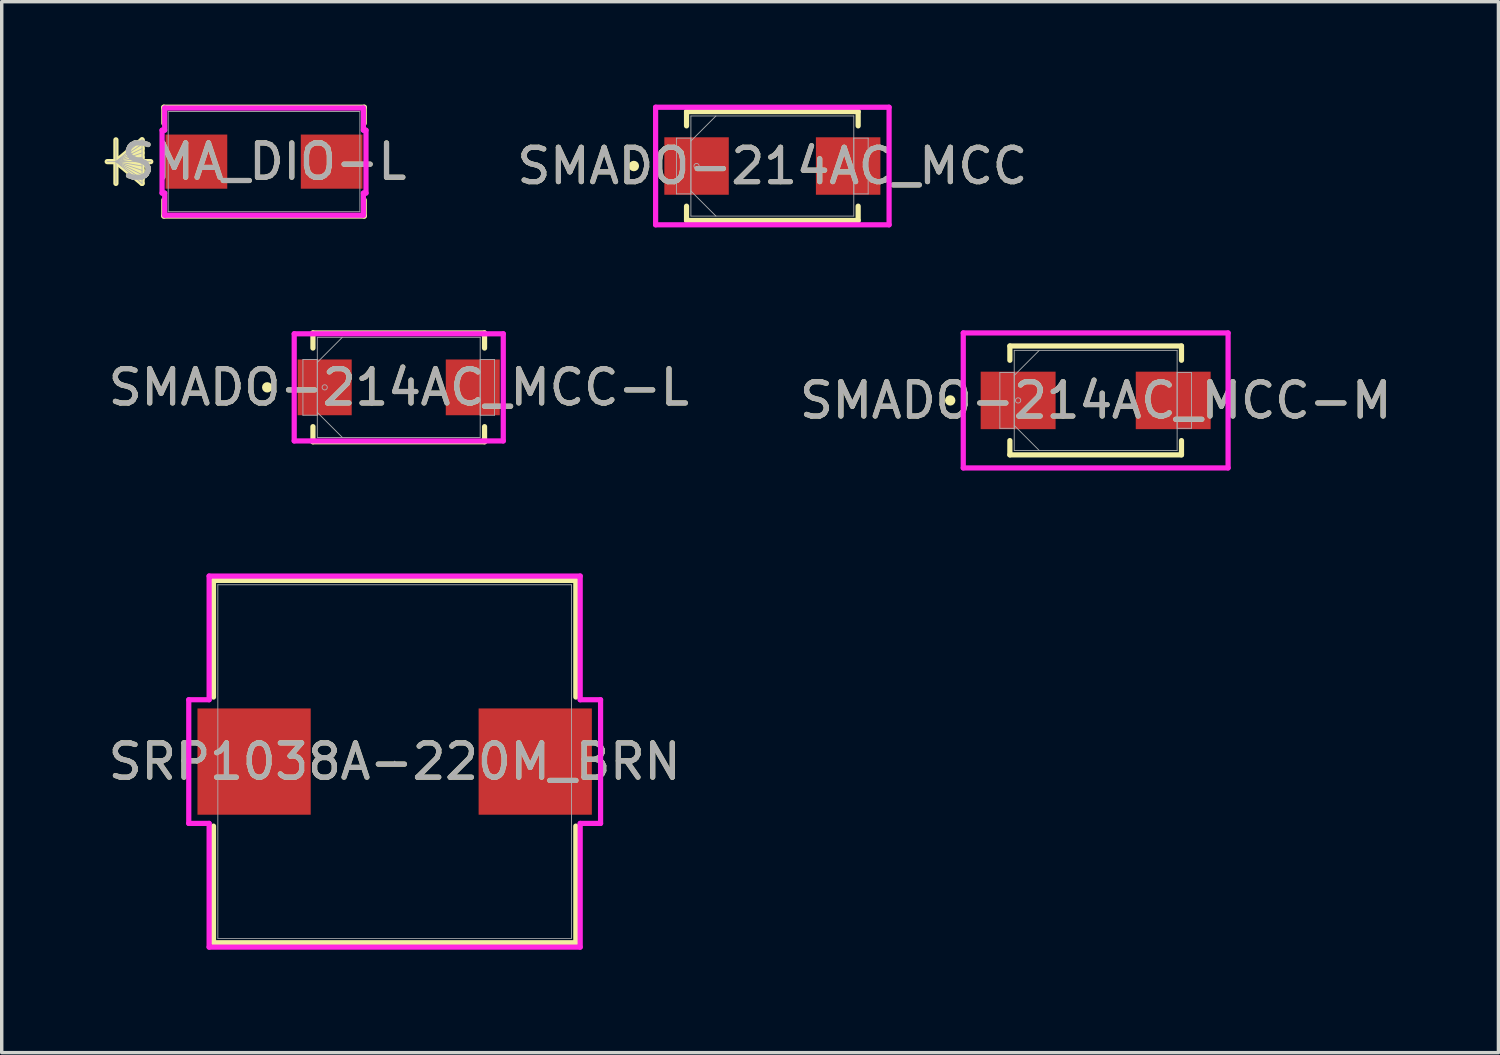
<source format=kicad_pcb>
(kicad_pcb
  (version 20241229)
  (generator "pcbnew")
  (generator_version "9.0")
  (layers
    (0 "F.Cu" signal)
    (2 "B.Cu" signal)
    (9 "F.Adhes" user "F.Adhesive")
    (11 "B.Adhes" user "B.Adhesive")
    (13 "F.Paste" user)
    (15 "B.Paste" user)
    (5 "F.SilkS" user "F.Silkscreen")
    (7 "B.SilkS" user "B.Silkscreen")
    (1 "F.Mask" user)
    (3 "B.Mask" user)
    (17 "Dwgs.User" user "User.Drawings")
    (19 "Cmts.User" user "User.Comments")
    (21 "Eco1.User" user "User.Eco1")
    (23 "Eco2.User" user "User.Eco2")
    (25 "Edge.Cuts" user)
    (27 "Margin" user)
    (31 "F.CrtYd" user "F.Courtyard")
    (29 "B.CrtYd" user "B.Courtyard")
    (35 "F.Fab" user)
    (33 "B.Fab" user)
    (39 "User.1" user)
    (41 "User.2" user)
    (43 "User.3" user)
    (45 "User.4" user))
  (footprint "SRP1038A-220M_BRN"
    (layer "F.Cu")
    (at 8.458 19.157)
    (property "Reference" "SRP1038A-220M_BRN" (at 0 0 0) (unlocked yes) (layer "F.SilkS") (effects (font (size 1 1) (thickness 0.15))))
    (attr smd)
    (fp_line (start -5.283 -5.283) (end -5.283 -1.882) (stroke (width 0.152) (type solid)) (layer "F.SilkS"))
    (fp_line (start -5.283 1.882) (end -5.283 5.283) (stroke (width 0.152) (type solid)) (layer "F.SilkS"))
    (fp_line (start -5.283 5.283) (end 5.283 5.283) (stroke (width 0.152) (type solid)) (layer "F.SilkS"))
    (fp_line (start 5.283 -5.283) (end -5.283 -5.283) (stroke (width 0.152) (type solid)) (layer "F.SilkS"))
    (fp_line (start 5.283 -1.882) (end 5.283 -5.283) (stroke (width 0.152) (type solid)) (layer "F.SilkS"))
    (fp_line (start 5.283 5.283) (end 5.283 1.882) (stroke (width 0.152) (type solid)) (layer "F.SilkS"))
    (fp_line (start -6.004 -1.803) (end -5.41 -1.803) (stroke (width 0.152) (type solid)) (layer "F.CrtYd"))
    (fp_line (start -6.004 1.803) (end -6.004 -1.803) (stroke (width 0.152) (type solid)) (layer "F.CrtYd"))
    (fp_line (start -6.004 1.803) (end -5.41 1.803) (stroke (width 0.152) (type solid)) (layer "F.CrtYd"))
    (fp_line (start -5.41 -5.41) (end 5.41 -5.41) (stroke (width 0.152) (type solid)) (layer "F.CrtYd"))
    (fp_line (start -5.41 -1.803) (end -5.41 -5.41) (stroke (width 0.152) (type solid)) (layer "F.CrtYd"))
    (fp_line (start -5.41 5.41) (end -5.41 1.803) (stroke (width 0.152) (type solid)) (layer "F.CrtYd"))
    (fp_line (start 5.41 -5.41) (end 5.41 -1.803) (stroke (width 0.152) (type solid)) (layer "F.CrtYd"))
    (fp_line (start 5.41 1.803) (end 5.41 5.41) (stroke (width 0.152) (type solid)) (layer "F.CrtYd"))
    (fp_line (start 5.41 5.41) (end -5.41 5.41) (stroke (width 0.152) (type solid)) (layer "F.CrtYd"))
    (fp_line (start 6.004 -1.803) (end 5.41 -1.803) (stroke (width 0.152) (type solid)) (layer "F.CrtYd"))
    (fp_line (start 6.004 -1.803) (end 6.004 1.803) (stroke (width 0.152) (type solid)) (layer "F.CrtYd"))
    (fp_line (start 6.004 1.803) (end 5.41 1.803) (stroke (width 0.152) (type solid)) (layer "F.CrtYd"))
    (fp_line (start -5.156 -5.156) (end -5.156 5.156) (stroke (width 0.025) (type solid)) (layer "F.Fab"))
    (fp_line (start -5.156 5.156) (end 5.156 5.156) (stroke (width 0.025) (type solid)) (layer "F.Fab"))
    (fp_line (start 5.156 -5.156) (end -5.156 -5.156) (stroke (width 0.025) (type solid)) (layer "F.Fab"))
    (fp_line (start 5.156 5.156) (end 5.156 -5.156) (stroke (width 0.025) (type solid)) (layer "F.Fab"))
    (fp_circle (center 0 0) (end 0 0) (stroke (width 0.025) (type solid)) (fill no) (layer "F.Fab"))
    (fp_text user "${REFERENCE}" (at 0 0 0) (unlocked yes) (layer "F.Fab") (effects (font (size 1 1) (thickness 0.15))))
    (pad "1" smd rect (at -4.099 0) (size 3.302 3.099) (layers "F.Cu" "F.Mask" "F.Paste"))
    (pad "2" smd rect (at 4.099 0) (size 3.302 3.099) (layers "F.Cu" "F.Mask" "F.Paste")))
  (footprint "SMADO-214AC_MCC-L"
    (layer "F.Cu")
    (at 8.577 8.245)
    (property "Reference" "SMADO-214AC_MCC-L" (at 0 0 0) (unlocked yes) (layer "F.SilkS") (effects (font (size 1 1) (thickness 0.15))))
    (attr smd)
    (fp_line (start -2.502 -1.587) (end -2.502 -1.146) (stroke (width 0.152) (type solid)) (layer "F.SilkS"))
    (fp_line (start -2.502 1.146) (end -2.502 1.587) (stroke (width 0.152) (type solid)) (layer "F.SilkS"))
    (fp_line (start -2.502 1.587) (end 2.502 1.587) (stroke (width 0.152) (type solid)) (layer "F.SilkS"))
    (fp_line (start 2.502 -1.587) (end -2.502 -1.587) (stroke (width 0.152) (type solid)) (layer "F.SilkS"))
    (fp_line (start 2.502 -1.146) (end 2.502 -1.587) (stroke (width 0.152) (type solid)) (layer "F.SilkS"))
    (fp_line (start 2.502 1.587) (end 2.502 1.146) (stroke (width 0.152) (type solid)) (layer "F.SilkS"))
    (fp_circle (center -3.835 0) (end -3.759 0) (stroke (width 0.152) (type solid)) (fill no) (layer "F.SilkS"))
    (fp_line (start -3.048 -1.562) (end 3.048 -1.562) (stroke (width 0.152) (type solid)) (layer "F.CrtYd"))
    (fp_line (start -3.048 1.562) (end -3.048 -1.562) (stroke (width 0.152) (type solid)) (layer "F.CrtYd"))
    (fp_line (start 3.048 -1.562) (end 3.048 1.562) (stroke (width 0.152) (type solid)) (layer "F.CrtYd"))
    (fp_line (start 3.048 1.562) (end -3.048 1.562) (stroke (width 0.152) (type solid)) (layer "F.CrtYd"))
    (fp_line (start -2.794 -0.813) (end -2.794 0.813) (stroke (width 0.025) (type solid)) (layer "F.Fab"))
    (fp_line (start -2.794 0.813) (end -2.375 0.813) (stroke (width 0.025) (type solid)) (layer "F.Fab"))
    (fp_line (start -2.375 -1.46) (end -2.375 1.46) (stroke (width 0.025) (type solid)) (layer "F.Fab"))
    (fp_line (start -2.375 -0.813) (end -2.794 -0.813) (stroke (width 0.025) (type solid)) (layer "F.Fab"))
    (fp_line (start -2.375 -0.73) (end -1.645 -1.46) (stroke (width 0.025) (type solid)) (layer "F.Fab"))
    (fp_line (start -2.375 0.73) (end -1.645 1.46) (stroke (width 0.025) (type solid)) (layer "F.Fab"))
    (fp_line (start -2.375 0.813) (end -2.375 -0.813) (stroke (width 0.025) (type solid)) (layer "F.Fab"))
    (fp_line (start -2.375 1.46) (end 2.375 1.46) (stroke (width 0.025) (type solid)) (layer "F.Fab"))
    (fp_line (start 2.375 -1.46) (end -2.375 -1.46) (stroke (width 0.025) (type solid)) (layer "F.Fab"))
    (fp_line (start 2.375 -0.813) (end 2.375 0.813) (stroke (width 0.025) (type solid)) (layer "F.Fab"))
    (fp_line (start 2.375 0.813) (end 2.794 0.813) (stroke (width 0.025) (type solid)) (layer "F.Fab"))
    (fp_line (start 2.375 1.46) (end 2.375 -1.46) (stroke (width 0.025) (type solid)) (layer "F.Fab"))
    (fp_line (start 2.794 -0.813) (end 2.375 -0.813) (stroke (width 0.025) (type solid)) (layer "F.Fab"))
    (fp_line (start 2.794 0.813) (end 2.794 -0.813) (stroke (width 0.025) (type solid)) (layer "F.Fab"))
    (fp_circle (center -2.159 0) (end -2.083 0) (stroke (width 0.025) (type solid)) (fill no) (layer "F.Fab"))
    (fp_text user "${REFERENCE}" (at 0 0 0) (unlocked yes) (layer "F.Fab") (effects (font (size 1 1) (thickness 0.15))))
    (pad "1" smd rect (at -2.159 0) (size 1.575 1.626) (layers "F.Cu" "F.Mask" "F.Paste"))
    (pad "2" smd rect (at 2.159 0) (size 1.575 1.626) (layers "F.Cu" "F.Mask" "F.Paste"))
    (zone (net_name "") (layer "F.Cu") (hatch full 0.508) (connect_pads) (min_thickness 0.254) (filled_areas_thickness no) (keepout (tracks not_allowed) (vias not_allowed) (pads allowed) (copperpour not_allowed) (footprints allowed)) (placement (enabled no)) (fill) (polygon (pts (xy 7.257 6.835) (xy 9.898 6.835) (xy 9.898 9.655) (xy 7.257 9.655)))))
  (footprint "SMADO-214AC_MCC"
    (layer "F.Cu")
    (at 19.471 1.791)
    (property "Reference" "SMADO-214AC_MCC" (at 0 0 0) (unlocked yes) (layer "F.SilkS") (effects (font (size 1 1) (thickness 0.15))))
    (attr smd)
    (fp_line (start -2.502 -1.587) (end -2.502 -1.171) (stroke (width 0.152) (type solid)) (layer "F.SilkS"))
    (fp_line (start -2.502 1.171) (end -2.502 1.587) (stroke (width 0.152) (type solid)) (layer "F.SilkS"))
    (fp_line (start -2.502 1.587) (end 2.502 1.587) (stroke (width 0.152) (type solid)) (layer "F.SilkS"))
    (fp_line (start 2.502 -1.587) (end -2.502 -1.587) (stroke (width 0.152) (type solid)) (layer "F.SilkS"))
    (fp_line (start 2.502 -1.171) (end 2.502 -1.587) (stroke (width 0.152) (type solid)) (layer "F.SilkS"))
    (fp_line (start 2.502 1.587) (end 2.502 1.171) (stroke (width 0.152) (type solid)) (layer "F.SilkS"))
    (fp_circle (center -4.039 0) (end -3.962 0) (stroke (width 0.152) (type solid)) (fill no) (layer "F.SilkS"))
    (fp_line (start -3.404 -1.714) (end 3.404 -1.714) (stroke (width 0.152) (type solid)) (layer "F.CrtYd"))
    (fp_line (start -3.404 1.714) (end -3.404 -1.714) (stroke (width 0.152) (type solid)) (layer "F.CrtYd"))
    (fp_line (start 3.404 -1.714) (end 3.404 1.714) (stroke (width 0.152) (type solid)) (layer "F.CrtYd"))
    (fp_line (start 3.404 1.714) (end -3.404 1.714) (stroke (width 0.152) (type solid)) (layer "F.CrtYd"))
    (fp_line (start -2.794 -0.813) (end -2.794 0.813) (stroke (width 0.025) (type solid)) (layer "F.Fab"))
    (fp_line (start -2.794 0.813) (end -2.375 0.813) (stroke (width 0.025) (type solid)) (layer "F.Fab"))
    (fp_line (start -2.375 -1.46) (end -2.375 1.46) (stroke (width 0.025) (type solid)) (layer "F.Fab"))
    (fp_line (start -2.375 -0.813) (end -2.794 -0.813) (stroke (width 0.025) (type solid)) (layer "F.Fab"))
    (fp_line (start -2.375 -0.73) (end -1.645 -1.46) (stroke (width 0.025) (type solid)) (layer "F.Fab"))
    (fp_line (start -2.375 0.73) (end -1.645 1.46) (stroke (width 0.025) (type solid)) (layer "F.Fab"))
    (fp_line (start -2.375 0.813) (end -2.375 -0.813) (stroke (width 0.025) (type solid)) (layer "F.Fab"))
    (fp_line (start -2.375 1.46) (end 2.375 1.46) (stroke (width 0.025) (type solid)) (layer "F.Fab"))
    (fp_line (start 2.375 -1.46) (end -2.375 -1.46) (stroke (width 0.025) (type solid)) (layer "F.Fab"))
    (fp_line (start 2.375 -0.813) (end 2.375 0.813) (stroke (width 0.025) (type solid)) (layer "F.Fab"))
    (fp_line (start 2.375 0.813) (end 2.794 0.813) (stroke (width 0.025) (type solid)) (layer "F.Fab"))
    (fp_line (start 2.375 1.46) (end 2.375 -1.46) (stroke (width 0.025) (type solid)) (layer "F.Fab"))
    (fp_line (start 2.794 -0.813) (end 2.375 -0.813) (stroke (width 0.025) (type solid)) (layer "F.Fab"))
    (fp_line (start 2.794 0.813) (end 2.794 -0.813) (stroke (width 0.025) (type solid)) (layer "F.Fab"))
    (fp_circle (center -2.21 0) (end -2.134 0) (stroke (width 0.025) (type solid)) (fill no) (layer "F.Fab"))
    (fp_text user "${REFERENCE}" (at 0 0 0) (unlocked yes) (layer "F.Fab") (effects (font (size 1 1) (thickness 0.15))))
    (pad "1" smd rect (at -2.21 0) (size 1.88 1.676) (layers "F.Cu" "F.Mask" "F.Paste"))
    (pad "2" smd rect (at 2.21 0) (size 1.88 1.676) (layers "F.Cu" "F.Mask" "F.Paste"))
    (zone (net_name "") (layer "F.Cu") (hatch full 0.508) (connect_pads) (min_thickness 0.254) (filled_areas_thickness no) (keepout (tracks not_allowed) (vias not_allowed) (pads allowed) (copperpour not_allowed) (footprints allowed)) (placement (enabled no)) (fill) (polygon (pts (xy 18.251 0.381) (xy 20.69 0.381) (xy 20.69 3.2) (xy 18.251 3.2)))))
  (footprint "SMADO-214AC_MCC-M"
    (layer "F.Cu")
    (at 28.899 8.626)
    (property "Reference" "SMADO-214AC_MCC-M" (at 0 0 0) (unlocked yes) (layer "F.SilkS") (effects (font (size 1 1) (thickness 0.15))))
    (attr smd)
    (fp_line (start -2.502 -1.587) (end -2.502 -1.171) (stroke (width 0.152) (type solid)) (layer "F.SilkS"))
    (fp_line (start -2.502 1.171) (end -2.502 1.587) (stroke (width 0.152) (type solid)) (layer "F.SilkS"))
    (fp_line (start -2.502 1.587) (end 2.502 1.587) (stroke (width 0.152) (type solid)) (layer "F.SilkS"))
    (fp_line (start 2.502 -1.587) (end -2.502 -1.587) (stroke (width 0.152) (type solid)) (layer "F.SilkS"))
    (fp_line (start 2.502 -1.171) (end 2.502 -1.587) (stroke (width 0.152) (type solid)) (layer "F.SilkS"))
    (fp_line (start 2.502 1.587) (end 2.502 1.171) (stroke (width 0.152) (type solid)) (layer "F.SilkS"))
    (fp_circle (center -4.242 0) (end -4.166 0) (stroke (width 0.152) (type solid)) (fill no) (layer "F.SilkS"))
    (fp_line (start -3.861 -1.968) (end 3.861 -1.968) (stroke (width 0.152) (type solid)) (layer "F.CrtYd"))
    (fp_line (start -3.861 1.968) (end -3.861 -1.968) (stroke (width 0.152) (type solid)) (layer "F.CrtYd"))
    (fp_line (start 3.861 -1.968) (end 3.861 1.968) (stroke (width 0.152) (type solid)) (layer "F.CrtYd"))
    (fp_line (start 3.861 1.968) (end -3.861 1.968) (stroke (width 0.152) (type solid)) (layer "F.CrtYd"))
    (fp_line (start -2.794 -0.813) (end -2.794 0.813) (stroke (width 0.025) (type solid)) (layer "F.Fab"))
    (fp_line (start -2.794 0.813) (end -2.375 0.813) (stroke (width 0.025) (type solid)) (layer "F.Fab"))
    (fp_line (start -2.375 -1.46) (end -2.375 1.46) (stroke (width 0.025) (type solid)) (layer "F.Fab"))
    (fp_line (start -2.375 -0.813) (end -2.794 -0.813) (stroke (width 0.025) (type solid)) (layer "F.Fab"))
    (fp_line (start -2.375 -0.73) (end -1.645 -1.46) (stroke (width 0.025) (type solid)) (layer "F.Fab"))
    (fp_line (start -2.375 0.73) (end -1.645 1.46) (stroke (width 0.025) (type solid)) (layer "F.Fab"))
    (fp_line (start -2.375 0.813) (end -2.375 -0.813) (stroke (width 0.025) (type solid)) (layer "F.Fab"))
    (fp_line (start -2.375 1.46) (end 2.375 1.46) (stroke (width 0.025) (type solid)) (layer "F.Fab"))
    (fp_line (start 2.375 -1.46) (end -2.375 -1.46) (stroke (width 0.025) (type solid)) (layer "F.Fab"))
    (fp_line (start 2.375 -0.813) (end 2.375 0.813) (stroke (width 0.025) (type solid)) (layer "F.Fab"))
    (fp_line (start 2.375 0.813) (end 2.794 0.813) (stroke (width 0.025) (type solid)) (layer "F.Fab"))
    (fp_line (start 2.375 1.46) (end 2.375 -1.46) (stroke (width 0.025) (type solid)) (layer "F.Fab"))
    (fp_line (start 2.794 -0.813) (end 2.375 -0.813) (stroke (width 0.025) (type solid)) (layer "F.Fab"))
    (fp_line (start 2.794 0.813) (end 2.794 -0.813) (stroke (width 0.025) (type solid)) (layer "F.Fab"))
    (fp_circle (center -2.261 0) (end -2.184 0) (stroke (width 0.025) (type solid)) (fill no) (layer "F.Fab"))
    (fp_text user "${REFERENCE}" (at 0 0 0) (unlocked yes) (layer "F.Fab") (effects (font (size 1 1) (thickness 0.15))))
    (pad "1" smd rect (at -2.261 0) (size 2.184 1.676) (layers "F.Cu" "F.Mask" "F.Paste"))
    (pad "2" smd rect (at 2.261 0) (size 2.184 1.676) (layers "F.Cu" "F.Mask" "F.Paste"))
    (zone (net_name "") (layer "F.Cu") (hatch full 0.508) (connect_pads) (min_thickness 0.254) (filled_areas_thickness no) (keepout (tracks not_allowed) (vias not_allowed) (pads allowed) (copperpour not_allowed) (footprints allowed)) (placement (enabled no)) (fill) (polygon (pts (xy 27.781 7.216) (xy 30.016 7.216) (xy 30.016 10.036) (xy 27.781 10.036)))))
  (footprint "SMA_DIO-L"
    (layer "F.Cu")
    (at 4.649 1.663)
    (property "Reference" "SMA_DIO-L" (at 0 0 0) (unlocked yes) (layer "F.SilkS") (effects (font (size 1 1) (thickness 0.15))))
    (attr smd)
    (fp_line (start -4.319 -0.635) (end -4.319 0.635) (stroke (width 0.152) (type solid)) (layer "F.SilkS"))
    (fp_line (start -4.319 0) (end -3.557 -0.635) (stroke (width 0.152) (type solid)) (layer "F.SilkS"))
    (fp_line (start -4.319 0) (end -3.557 -0.508) (stroke (width 0.152) (type solid)) (layer "F.SilkS"))
    (fp_line (start -4.319 0) (end -3.557 -0.381) (stroke (width 0.152) (type solid)) (layer "F.SilkS"))
    (fp_line (start -4.319 0) (end -3.557 -0.254) (stroke (width 0.152) (type solid)) (layer "F.SilkS"))
    (fp_line (start -4.319 0) (end -3.557 -0.127) (stroke (width 0.152) (type solid)) (layer "F.SilkS"))
    (fp_line (start -4.319 0) (end -3.557 0.127) (stroke (width 0.152) (type solid)) (layer "F.SilkS"))
    (fp_line (start -4.319 0) (end -3.557 0.254) (stroke (width 0.152) (type solid)) (layer "F.SilkS"))
    (fp_line (start -4.319 0) (end -3.557 0.381) (stroke (width 0.152) (type solid)) (layer "F.SilkS"))
    (fp_line (start -4.319 0) (end -3.557 0.508) (stroke (width 0.152) (type solid)) (layer "F.SilkS"))
    (fp_line (start -4.319 0) (end -3.557 0.635) (stroke (width 0.152) (type solid)) (layer "F.SilkS"))
    (fp_line (start -3.557 -0.635) (end -3.557 0.635) (stroke (width 0.152) (type solid)) (layer "F.SilkS"))
    (fp_line (start -3.303 0) (end -4.573 0) (stroke (width 0.152) (type solid)) (layer "F.SilkS"))
    (fp_line (start -2.922 -1.587) (end -2.922 -1.118) (stroke (width 0.152) (type solid)) (layer "F.SilkS"))
    (fp_line (start -2.922 1.118) (end -2.922 1.587) (stroke (width 0.152) (type solid)) (layer "F.SilkS"))
    (fp_line (start -2.922 1.587) (end 2.922 1.587) (stroke (width 0.152) (type solid)) (layer "F.SilkS"))
    (fp_line (start 2.922 -1.587) (end -2.922 -1.587) (stroke (width 0.152) (type solid)) (layer "F.SilkS"))
    (fp_line (start 2.922 -1.118) (end 2.922 -1.587) (stroke (width 0.152) (type solid)) (layer "F.SilkS"))
    (fp_line (start 2.922 1.587) (end 2.922 1.118) (stroke (width 0.152) (type solid)) (layer "F.SilkS"))
    (fp_line (start -2.973 -0.917) (end -2.897 -0.917) (stroke (width 0.152) (type solid)) (layer "F.CrtYd"))
    (fp_line (start -2.973 0.917) (end -2.973 -0.917) (stroke (width 0.152) (type solid)) (layer "F.CrtYd"))
    (fp_line (start -2.897 -1.562) (end 2.897 -1.562) (stroke (width 0.152) (type solid)) (layer "F.CrtYd"))
    (fp_line (start -2.897 -0.917) (end -2.897 -1.562) (stroke (width 0.152) (type solid)) (layer "F.CrtYd"))
    (fp_line (start -2.897 0.917) (end -2.973 0.917) (stroke (width 0.152) (type solid)) (layer "F.CrtYd"))
    (fp_line (start -2.897 1.562) (end -2.897 0.917) (stroke (width 0.152) (type solid)) (layer "F.CrtYd"))
    (fp_line (start 2.897 -1.562) (end 2.897 -0.917) (stroke (width 0.152) (type solid)) (layer "F.CrtYd"))
    (fp_line (start 2.897 -0.917) (end 2.973 -0.917) (stroke (width 0.152) (type solid)) (layer "F.CrtYd"))
    (fp_line (start 2.897 0.917) (end 2.897 1.562) (stroke (width 0.152) (type solid)) (layer "F.CrtYd"))
    (fp_line (start 2.897 1.562) (end -2.897 1.562) (stroke (width 0.152) (type solid)) (layer "F.CrtYd"))
    (fp_line (start 2.973 -0.917) (end 2.973 0.917) (stroke (width 0.152) (type solid)) (layer "F.CrtYd"))
    (fp_line (start 2.973 0.917) (end 2.897 0.917) (stroke (width 0.152) (type solid)) (layer "F.CrtYd"))
    (fp_line (start -4.319 -0.635) (end -4.319 0.635) (stroke (width 0.025) (type solid)) (layer "F.Fab"))
    (fp_line (start -4.319 0) (end -3.557 -0.635) (stroke (width 0.025) (type solid)) (layer "F.Fab"))
    (fp_line (start -4.319 0) (end -3.557 -0.508) (stroke (width 0.025) (type solid)) (layer "F.Fab"))
    (fp_line (start -4.319 0) (end -3.557 -0.381) (stroke (width 0.025) (type solid)) (layer "F.Fab"))
    (fp_line (start -4.319 0) (end -3.557 -0.254) (stroke (width 0.025) (type solid)) (layer "F.Fab"))
    (fp_line (start -4.319 0) (end -3.557 -0.127) (stroke (width 0.025) (type solid)) (layer "F.Fab"))
    (fp_line (start -4.319 0) (end -3.557 0.127) (stroke (width 0.025) (type solid)) (layer "F.Fab"))
    (fp_line (start -4.319 0) (end -3.557 0.254) (stroke (width 0.025) (type solid)) (layer "F.Fab"))
    (fp_line (start -4.319 0) (end -3.557 0.381) (stroke (width 0.025) (type solid)) (layer "F.Fab"))
    (fp_line (start -4.319 0) (end -3.557 0.508) (stroke (width 0.025) (type solid)) (layer "F.Fab"))
    (fp_line (start -4.319 0) (end -3.557 0.635) (stroke (width 0.025) (type solid)) (layer "F.Fab"))
    (fp_line (start -3.557 -0.635) (end -3.557 0.635) (stroke (width 0.025) (type solid)) (layer "F.Fab"))
    (fp_line (start -3.303 0) (end -4.573 0) (stroke (width 0.025) (type solid)) (layer "F.Fab"))
    (fp_line (start -2.795 -1.46) (end -2.795 1.46) (stroke (width 0.025) (type solid)) (layer "F.Fab"))
    (fp_line (start -2.795 1.46) (end 2.795 1.46) (stroke (width 0.025) (type solid)) (layer "F.Fab"))
    (fp_line (start 2.795 -1.46) (end -2.795 -1.46) (stroke (width 0.025) (type solid)) (layer "F.Fab"))
    (fp_line (start 2.795 1.46) (end 2.795 -1.46) (stroke (width 0.025) (type solid)) (layer "F.Fab"))
    (fp_text user "${REFERENCE}" (at 0 0 0) (unlocked yes) (layer "F.Fab") (effects (font (size 1 1) (thickness 0.15))))
    (pad "1" smd rect (at -1.972 0 90) (size 1.579 1.799) (layers "F.Cu" "F.Mask" "F.Paste"))
    (pad "2" smd rect (at 1.972 0 90) (size 1.579 1.799) (layers "F.Cu" "F.Mask" "F.Paste"))
    (zone (net_name "") (layer "F.Cu") (hatch full 0.508) (connect_pads) (min_thickness 0.254) (filled_areas_thickness no) (keepout (tracks not_allowed) (vias not_allowed) (pads allowed) (copperpour not_allowed) (footprints allowed)) (placement (enabled no)) (fill) (polygon (pts (xy 1.905 0.254) (xy 7.393 0.254) (xy 7.393 0.797) (xy 1.905 0.797))))
    (zone (net_name "") (layer "F.Cu") (hatch full 0.508) (connect_pads) (min_thickness 0.254) (filled_areas_thickness no) (keepout (tracks not_allowed) (vias not_allowed) (pads allowed) (copperpour not_allowed) (footprints allowed)) (placement (enabled no)) (fill) (polygon (pts (xy 1.905 2.529) (xy 7.393 2.529) (xy 7.393 3.072) (xy 1.905 3.072))))
    (zone (net_name "") (layer "F.Cu") (hatch full 0.508) (connect_pads) (min_thickness 0.254) (filled_areas_thickness no) (keepout (tracks not_allowed) (vias not_allowed) (pads allowed) (copperpour not_allowed) (footprints allowed)) (placement (enabled no)) (fill) (polygon (pts (xy 3.628 0.797) (xy 5.67 0.797) (xy 5.67 2.529) (xy 3.628 2.529)))))
  (gr_rect
    (start -3 -3)
    (end 40.643 27.644)
    (stroke (width 0.1) (type default))
    (fill no)
    (layer "Edge.Cuts")))
</source>
